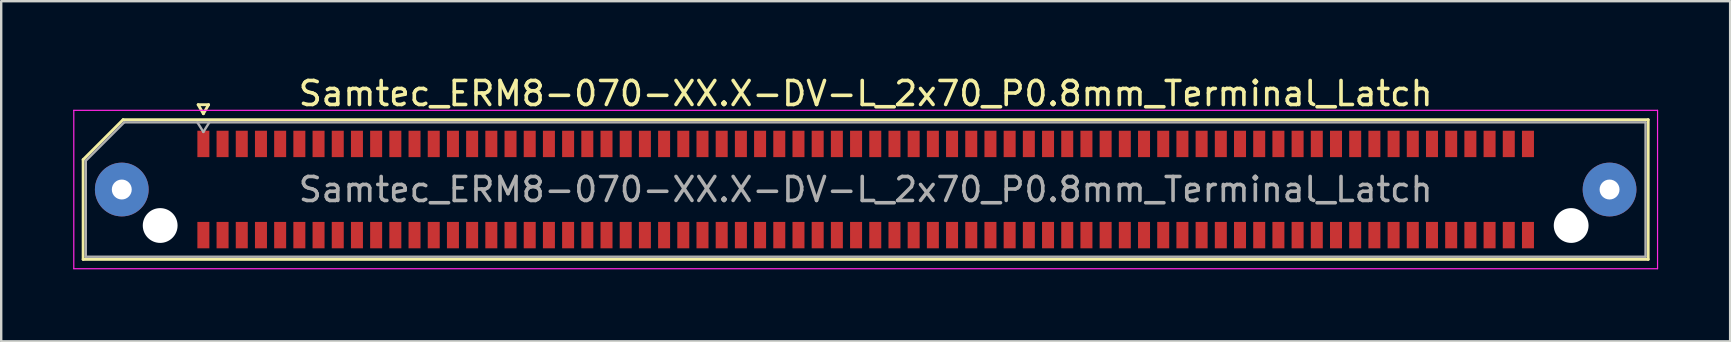
<source format=kicad_pcb>
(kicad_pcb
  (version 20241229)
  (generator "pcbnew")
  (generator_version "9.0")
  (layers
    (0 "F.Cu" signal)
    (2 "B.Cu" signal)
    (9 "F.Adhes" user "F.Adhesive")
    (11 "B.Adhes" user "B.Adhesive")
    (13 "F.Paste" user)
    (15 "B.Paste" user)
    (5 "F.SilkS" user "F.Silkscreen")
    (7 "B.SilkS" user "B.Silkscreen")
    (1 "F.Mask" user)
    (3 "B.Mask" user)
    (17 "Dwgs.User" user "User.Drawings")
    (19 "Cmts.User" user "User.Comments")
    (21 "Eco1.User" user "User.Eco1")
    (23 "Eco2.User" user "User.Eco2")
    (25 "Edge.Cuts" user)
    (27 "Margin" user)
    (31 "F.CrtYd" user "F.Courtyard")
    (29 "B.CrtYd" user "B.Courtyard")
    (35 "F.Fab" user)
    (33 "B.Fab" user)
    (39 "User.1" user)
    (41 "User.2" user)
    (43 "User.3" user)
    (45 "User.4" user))
  (footprint "Samtec_ERM8-070-XX.X-DV-L_2x70_P0.8mm_Terminal_Latch"
    (layer "F.Cu")
    (at 33.025 4.848)
    (property "Reference" "Samtec_ERM8-070-XX.X-DV-L_2x70_P0.8mm_Terminal_Latch" (at 0 -4 0) (layer "F.SilkS") (effects (font (size 1 1) (thickness 0.15))))
    (attr smd)
    (fp_line (start -32.61 -1.246) (end -30.946 -2.91) (stroke (width 0.12) (type solid)) (layer "F.SilkS"))
    (fp_line (start -32.61 2.91) (end -32.61 -1.246) (stroke (width 0.12) (type solid)) (layer "F.SilkS"))
    (fp_line (start -30.946 -2.91) (end 32.61 -2.91) (stroke (width 0.12) (type solid)) (layer "F.SilkS"))
    (fp_line (start -27.817 -3.535) (end -27.6 -3.16) (stroke (width 0.12) (type solid)) (layer "F.SilkS"))
    (fp_line (start -27.6 -3.16) (end -27.383 -3.535) (stroke (width 0.12) (type solid)) (layer "F.SilkS"))
    (fp_line (start -27.383 -3.535) (end -27.817 -3.535) (stroke (width 0.12) (type solid)) (layer "F.SilkS"))
    (fp_line (start 32.61 -2.91) (end 32.61 2.91) (stroke (width 0.12) (type solid)) (layer "F.SilkS"))
    (fp_line (start 32.61 2.91) (end -32.61 2.91) (stroke (width 0.12) (type solid)) (layer "F.SilkS"))
    (fp_line (start -33 -3.3) (end -33 3.3) (stroke (width 0.05) (type solid)) (layer "F.CrtYd"))
    (fp_line (start -33 3.3) (end 33 3.3) (stroke (width 0.05) (type solid)) (layer "F.CrtYd"))
    (fp_line (start 33 -3.3) (end -33 -3.3) (stroke (width 0.05) (type solid)) (layer "F.CrtYd"))
    (fp_line (start 33 3.3) (end 33 -3.3) (stroke (width 0.05) (type solid)) (layer "F.CrtYd"))
    (fp_line (start -32.5 -1.2) (end -30.9 -2.8) (stroke (width 0.1) (type solid)) (layer "F.Fab"))
    (fp_line (start -32.5 2.8) (end -32.5 -1.2) (stroke (width 0.1) (type solid)) (layer "F.Fab"))
    (fp_line (start -30.9 -2.8) (end 32.5 -2.8) (stroke (width 0.1) (type solid)) (layer "F.Fab"))
    (fp_line (start -27.6 -2.4) (end -27.85 -2.8) (stroke (width 0.1) (type solid)) (layer "F.Fab"))
    (fp_line (start -27.6 -2.4) (end -27.35 -2.8) (stroke (width 0.1) (type solid)) (layer "F.Fab"))
    (fp_line (start 32.5 -2.8) (end 32.5 2.8) (stroke (width 0.1) (type solid)) (layer "F.Fab"))
    (fp_line (start 32.5 2.8) (end -32.5 2.8) (stroke (width 0.1) (type solid)) (layer "F.Fab"))
    (fp_text user "${REFERENCE}" (at 0 0 0) (layer "F.Fab") (effects (font (size 1 1) (thickness 0.15))))
    (pad "" thru_hole circle (at -31 0) (size 2.24 2.24) (drill 0.83) (layers "*.Cu" "*.Mask" "F.Paste"))
    (pad "" np_thru_hole circle (at -29.4 1.5) (size 1.45 1.45) (drill 1.45) (layers "*.Cu" "*.Mask"))
    (pad "" np_thru_hole circle (at 29.4 1.5) (size 1.45 1.45) (drill 1.45) (layers "*.Cu" "*.Mask"))
    (pad "" thru_hole circle (at 31 0) (size 2.24 2.24) (drill 0.83) (layers "*.Cu" "*.Mask" "F.Paste"))
    (pad "1" smd rect (at -27.6 -1.9) (size 0.5 1.1) (layers "F.Cu" "F.Mask" "F.Paste"))
    (pad "2" smd rect (at -27.6 1.9) (size 0.5 1.1) (layers "F.Cu" "F.Mask" "F.Paste"))
    (pad "3" smd rect (at -26.8 -1.9) (size 0.5 1.1) (layers "F.Cu" "F.Mask" "F.Paste"))
    (pad "4" smd rect (at -26.8 1.9) (size 0.5 1.1) (layers "F.Cu" "F.Mask" "F.Paste"))
    (pad "5" smd rect (at -26 -1.9) (size 0.5 1.1) (layers "F.Cu" "F.Mask" "F.Paste"))
    (pad "6" smd rect (at -26 1.9) (size 0.5 1.1) (layers "F.Cu" "F.Mask" "F.Paste"))
    (pad "7" smd rect (at -25.2 -1.9) (size 0.5 1.1) (layers "F.Cu" "F.Mask" "F.Paste"))
    (pad "8" smd rect (at -25.2 1.9) (size 0.5 1.1) (layers "F.Cu" "F.Mask" "F.Paste"))
    (pad "9" smd rect (at -24.4 -1.9) (size 0.5 1.1) (layers "F.Cu" "F.Mask" "F.Paste"))
    (pad "10" smd rect (at -24.4 1.9) (size 0.5 1.1) (layers "F.Cu" "F.Mask" "F.Paste"))
    (pad "11" smd rect (at -23.6 -1.9) (size 0.5 1.1) (layers "F.Cu" "F.Mask" "F.Paste"))
    (pad "12" smd rect (at -23.6 1.9) (size 0.5 1.1) (layers "F.Cu" "F.Mask" "F.Paste"))
    (pad "13" smd rect (at -22.8 -1.9) (size 0.5 1.1) (layers "F.Cu" "F.Mask" "F.Paste"))
    (pad "14" smd rect (at -22.8 1.9) (size 0.5 1.1) (layers "F.Cu" "F.Mask" "F.Paste"))
    (pad "15" smd rect (at -22 -1.9) (size 0.5 1.1) (layers "F.Cu" "F.Mask" "F.Paste"))
    (pad "16" smd rect (at -22 1.9) (size 0.5 1.1) (layers "F.Cu" "F.Mask" "F.Paste"))
    (pad "17" smd rect (at -21.2 -1.9) (size 0.5 1.1) (layers "F.Cu" "F.Mask" "F.Paste"))
    (pad "18" smd rect (at -21.2 1.9) (size 0.5 1.1) (layers "F.Cu" "F.Mask" "F.Paste"))
    (pad "19" smd rect (at -20.4 -1.9) (size 0.5 1.1) (layers "F.Cu" "F.Mask" "F.Paste"))
    (pad "20" smd rect (at -20.4 1.9) (size 0.5 1.1) (layers "F.Cu" "F.Mask" "F.Paste"))
    (pad "21" smd rect (at -19.6 -1.9) (size 0.5 1.1) (layers "F.Cu" "F.Mask" "F.Paste"))
    (pad "22" smd rect (at -19.6 1.9) (size 0.5 1.1) (layers "F.Cu" "F.Mask" "F.Paste"))
    (pad "23" smd rect (at -18.8 -1.9) (size 0.5 1.1) (layers "F.Cu" "F.Mask" "F.Paste"))
    (pad "24" smd rect (at -18.8 1.9) (size 0.5 1.1) (layers "F.Cu" "F.Mask" "F.Paste"))
    (pad "25" smd rect (at -18 -1.9) (size 0.5 1.1) (layers "F.Cu" "F.Mask" "F.Paste"))
    (pad "26" smd rect (at -18 1.9) (size 0.5 1.1) (layers "F.Cu" "F.Mask" "F.Paste"))
    (pad "27" smd rect (at -17.2 -1.9) (size 0.5 1.1) (layers "F.Cu" "F.Mask" "F.Paste"))
    (pad "28" smd rect (at -17.2 1.9) (size 0.5 1.1) (layers "F.Cu" "F.Mask" "F.Paste"))
    (pad "29" smd rect (at -16.4 -1.9) (size 0.5 1.1) (layers "F.Cu" "F.Mask" "F.Paste"))
    (pad "30" smd rect (at -16.4 1.9) (size 0.5 1.1) (layers "F.Cu" "F.Mask" "F.Paste"))
    (pad "31" smd rect (at -15.6 -1.9) (size 0.5 1.1) (layers "F.Cu" "F.Mask" "F.Paste"))
    (pad "32" smd rect (at -15.6 1.9) (size 0.5 1.1) (layers "F.Cu" "F.Mask" "F.Paste"))
    (pad "33" smd rect (at -14.8 -1.9) (size 0.5 1.1) (layers "F.Cu" "F.Mask" "F.Paste"))
    (pad "34" smd rect (at -14.8 1.9) (size 0.5 1.1) (layers "F.Cu" "F.Mask" "F.Paste"))
    (pad "35" smd rect (at -14 -1.9) (size 0.5 1.1) (layers "F.Cu" "F.Mask" "F.Paste"))
    (pad "36" smd rect (at -14 1.9) (size 0.5 1.1) (layers "F.Cu" "F.Mask" "F.Paste"))
    (pad "37" smd rect (at -13.2 -1.9) (size 0.5 1.1) (layers "F.Cu" "F.Mask" "F.Paste"))
    (pad "38" smd rect (at -13.2 1.9) (size 0.5 1.1) (layers "F.Cu" "F.Mask" "F.Paste"))
    (pad "39" smd rect (at -12.4 -1.9) (size 0.5 1.1) (layers "F.Cu" "F.Mask" "F.Paste"))
    (pad "40" smd rect (at -12.4 1.9) (size 0.5 1.1) (layers "F.Cu" "F.Mask" "F.Paste"))
    (pad "41" smd rect (at -11.6 -1.9) (size 0.5 1.1) (layers "F.Cu" "F.Mask" "F.Paste"))
    (pad "42" smd rect (at -11.6 1.9) (size 0.5 1.1) (layers "F.Cu" "F.Mask" "F.Paste"))
    (pad "43" smd rect (at -10.8 -1.9) (size 0.5 1.1) (layers "F.Cu" "F.Mask" "F.Paste"))
    (pad "44" smd rect (at -10.8 1.9) (size 0.5 1.1) (layers "F.Cu" "F.Mask" "F.Paste"))
    (pad "45" smd rect (at -10 -1.9) (size 0.5 1.1) (layers "F.Cu" "F.Mask" "F.Paste"))
    (pad "46" smd rect (at -10 1.9) (size 0.5 1.1) (layers "F.Cu" "F.Mask" "F.Paste"))
    (pad "47" smd rect (at -9.2 -1.9) (size 0.5 1.1) (layers "F.Cu" "F.Mask" "F.Paste"))
    (pad "48" smd rect (at -9.2 1.9) (size 0.5 1.1) (layers "F.Cu" "F.Mask" "F.Paste"))
    (pad "49" smd rect (at -8.4 -1.9) (size 0.5 1.1) (layers "F.Cu" "F.Mask" "F.Paste"))
    (pad "50" smd rect (at -8.4 1.9) (size 0.5 1.1) (layers "F.Cu" "F.Mask" "F.Paste"))
    (pad "51" smd rect (at -7.6 -1.9) (size 0.5 1.1) (layers "F.Cu" "F.Mask" "F.Paste"))
    (pad "52" smd rect (at -7.6 1.9) (size 0.5 1.1) (layers "F.Cu" "F.Mask" "F.Paste"))
    (pad "53" smd rect (at -6.8 -1.9) (size 0.5 1.1) (layers "F.Cu" "F.Mask" "F.Paste"))
    (pad "54" smd rect (at -6.8 1.9) (size 0.5 1.1) (layers "F.Cu" "F.Mask" "F.Paste"))
    (pad "55" smd rect (at -6 -1.9) (size 0.5 1.1) (layers "F.Cu" "F.Mask" "F.Paste"))
    (pad "56" smd rect (at -6 1.9) (size 0.5 1.1) (layers "F.Cu" "F.Mask" "F.Paste"))
    (pad "57" smd rect (at -5.2 -1.9) (size 0.5 1.1) (layers "F.Cu" "F.Mask" "F.Paste"))
    (pad "58" smd rect (at -5.2 1.9) (size 0.5 1.1) (layers "F.Cu" "F.Mask" "F.Paste"))
    (pad "59" smd rect (at -4.4 -1.9) (size 0.5 1.1) (layers "F.Cu" "F.Mask" "F.Paste"))
    (pad "60" smd rect (at -4.4 1.9) (size 0.5 1.1) (layers "F.Cu" "F.Mask" "F.Paste"))
    (pad "61" smd rect (at -3.6 -1.9) (size 0.5 1.1) (layers "F.Cu" "F.Mask" "F.Paste"))
    (pad "62" smd rect (at -3.6 1.9) (size 0.5 1.1) (layers "F.Cu" "F.Mask" "F.Paste"))
    (pad "63" smd rect (at -2.8 -1.9) (size 0.5 1.1) (layers "F.Cu" "F.Mask" "F.Paste"))
    (pad "64" smd rect (at -2.8 1.9) (size 0.5 1.1) (layers "F.Cu" "F.Mask" "F.Paste"))
    (pad "65" smd rect (at -2 -1.9) (size 0.5 1.1) (layers "F.Cu" "F.Mask" "F.Paste"))
    (pad "66" smd rect (at -2 1.9) (size 0.5 1.1) (layers "F.Cu" "F.Mask" "F.Paste"))
    (pad "67" smd rect (at -1.2 -1.9) (size 0.5 1.1) (layers "F.Cu" "F.Mask" "F.Paste"))
    (pad "68" smd rect (at -1.2 1.9) (size 0.5 1.1) (layers "F.Cu" "F.Mask" "F.Paste"))
    (pad "69" smd rect (at -0.4 -1.9) (size 0.5 1.1) (layers "F.Cu" "F.Mask" "F.Paste"))
    (pad "70" smd rect (at -0.4 1.9) (size 0.5 1.1) (layers "F.Cu" "F.Mask" "F.Paste"))
    (pad "71" smd rect (at 0.4 -1.9) (size 0.5 1.1) (layers "F.Cu" "F.Mask" "F.Paste"))
    (pad "72" smd rect (at 0.4 1.9) (size 0.5 1.1) (layers "F.Cu" "F.Mask" "F.Paste"))
    (pad "73" smd rect (at 1.2 -1.9) (size 0.5 1.1) (layers "F.Cu" "F.Mask" "F.Paste"))
    (pad "74" smd rect (at 1.2 1.9) (size 0.5 1.1) (layers "F.Cu" "F.Mask" "F.Paste"))
    (pad "75" smd rect (at 2 -1.9) (size 0.5 1.1) (layers "F.Cu" "F.Mask" "F.Paste"))
    (pad "76" smd rect (at 2 1.9) (size 0.5 1.1) (layers "F.Cu" "F.Mask" "F.Paste"))
    (pad "77" smd rect (at 2.8 -1.9) (size 0.5 1.1) (layers "F.Cu" "F.Mask" "F.Paste"))
    (pad "78" smd rect (at 2.8 1.9) (size 0.5 1.1) (layers "F.Cu" "F.Mask" "F.Paste"))
    (pad "79" smd rect (at 3.6 -1.9) (size 0.5 1.1) (layers "F.Cu" "F.Mask" "F.Paste"))
    (pad "80" smd rect (at 3.6 1.9) (size 0.5 1.1) (layers "F.Cu" "F.Mask" "F.Paste"))
    (pad "81" smd rect (at 4.4 -1.9) (size 0.5 1.1) (layers "F.Cu" "F.Mask" "F.Paste"))
    (pad "82" smd rect (at 4.4 1.9) (size 0.5 1.1) (layers "F.Cu" "F.Mask" "F.Paste"))
    (pad "83" smd rect (at 5.2 -1.9) (size 0.5 1.1) (layers "F.Cu" "F.Mask" "F.Paste"))
    (pad "84" smd rect (at 5.2 1.9) (size 0.5 1.1) (layers "F.Cu" "F.Mask" "F.Paste"))
    (pad "85" smd rect (at 6 -1.9) (size 0.5 1.1) (layers "F.Cu" "F.Mask" "F.Paste"))
    (pad "86" smd rect (at 6 1.9) (size 0.5 1.1) (layers "F.Cu" "F.Mask" "F.Paste"))
    (pad "87" smd rect (at 6.8 -1.9) (size 0.5 1.1) (layers "F.Cu" "F.Mask" "F.Paste"))
    (pad "88" smd rect (at 6.8 1.9) (size 0.5 1.1) (layers "F.Cu" "F.Mask" "F.Paste"))
    (pad "89" smd rect (at 7.6 -1.9) (size 0.5 1.1) (layers "F.Cu" "F.Mask" "F.Paste"))
    (pad "90" smd rect (at 7.6 1.9) (size 0.5 1.1) (layers "F.Cu" "F.Mask" "F.Paste"))
    (pad "91" smd rect (at 8.4 -1.9) (size 0.5 1.1) (layers "F.Cu" "F.Mask" "F.Paste"))
    (pad "92" smd rect (at 8.4 1.9) (size 0.5 1.1) (layers "F.Cu" "F.Mask" "F.Paste"))
    (pad "93" smd rect (at 9.2 -1.9) (size 0.5 1.1) (layers "F.Cu" "F.Mask" "F.Paste"))
    (pad "94" smd rect (at 9.2 1.9) (size 0.5 1.1) (layers "F.Cu" "F.Mask" "F.Paste"))
    (pad "95" smd rect (at 10 -1.9) (size 0.5 1.1) (layers "F.Cu" "F.Mask" "F.Paste"))
    (pad "96" smd rect (at 10 1.9) (size 0.5 1.1) (layers "F.Cu" "F.Mask" "F.Paste"))
    (pad "97" smd rect (at 10.8 -1.9) (size 0.5 1.1) (layers "F.Cu" "F.Mask" "F.Paste"))
    (pad "98" smd rect (at 10.8 1.9) (size 0.5 1.1) (layers "F.Cu" "F.Mask" "F.Paste"))
    (pad "99" smd rect (at 11.6 -1.9) (size 0.5 1.1) (layers "F.Cu" "F.Mask" "F.Paste"))
    (pad "100" smd rect (at 11.6 1.9) (size 0.5 1.1) (layers "F.Cu" "F.Mask" "F.Paste"))
    (pad "101" smd rect (at 12.4 -1.9) (size 0.5 1.1) (layers "F.Cu" "F.Mask" "F.Paste"))
    (pad "102" smd rect (at 12.4 1.9) (size 0.5 1.1) (layers "F.Cu" "F.Mask" "F.Paste"))
    (pad "103" smd rect (at 13.2 -1.9) (size 0.5 1.1) (layers "F.Cu" "F.Mask" "F.Paste"))
    (pad "104" smd rect (at 13.2 1.9) (size 0.5 1.1) (layers "F.Cu" "F.Mask" "F.Paste"))
    (pad "105" smd rect (at 14 -1.9) (size 0.5 1.1) (layers "F.Cu" "F.Mask" "F.Paste"))
    (pad "106" smd rect (at 14 1.9) (size 0.5 1.1) (layers "F.Cu" "F.Mask" "F.Paste"))
    (pad "107" smd rect (at 14.8 -1.9) (size 0.5 1.1) (layers "F.Cu" "F.Mask" "F.Paste"))
    (pad "108" smd rect (at 14.8 1.9) (size 0.5 1.1) (layers "F.Cu" "F.Mask" "F.Paste"))
    (pad "109" smd rect (at 15.6 -1.9) (size 0.5 1.1) (layers "F.Cu" "F.Mask" "F.Paste"))
    (pad "110" smd rect (at 15.6 1.9) (size 0.5 1.1) (layers "F.Cu" "F.Mask" "F.Paste"))
    (pad "111" smd rect (at 16.4 -1.9) (size 0.5 1.1) (layers "F.Cu" "F.Mask" "F.Paste"))
    (pad "112" smd rect (at 16.4 1.9) (size 0.5 1.1) (layers "F.Cu" "F.Mask" "F.Paste"))
    (pad "113" smd rect (at 17.2 -1.9) (size 0.5 1.1) (layers "F.Cu" "F.Mask" "F.Paste"))
    (pad "114" smd rect (at 17.2 1.9) (size 0.5 1.1) (layers "F.Cu" "F.Mask" "F.Paste"))
    (pad "115" smd rect (at 18 -1.9) (size 0.5 1.1) (layers "F.Cu" "F.Mask" "F.Paste"))
    (pad "116" smd rect (at 18 1.9) (size 0.5 1.1) (layers "F.Cu" "F.Mask" "F.Paste"))
    (pad "117" smd rect (at 18.8 -1.9) (size 0.5 1.1) (layers "F.Cu" "F.Mask" "F.Paste"))
    (pad "118" smd rect (at 18.8 1.9) (size 0.5 1.1) (layers "F.Cu" "F.Mask" "F.Paste"))
    (pad "119" smd rect (at 19.6 -1.9) (size 0.5 1.1) (layers "F.Cu" "F.Mask" "F.Paste"))
    (pad "120" smd rect (at 19.6 1.9) (size 0.5 1.1) (layers "F.Cu" "F.Mask" "F.Paste"))
    (pad "121" smd rect (at 20.4 -1.9) (size 0.5 1.1) (layers "F.Cu" "F.Mask" "F.Paste"))
    (pad "122" smd rect (at 20.4 1.9) (size 0.5 1.1) (layers "F.Cu" "F.Mask" "F.Paste"))
    (pad "123" smd rect (at 21.2 -1.9) (size 0.5 1.1) (layers "F.Cu" "F.Mask" "F.Paste"))
    (pad "124" smd rect (at 21.2 1.9) (size 0.5 1.1) (layers "F.Cu" "F.Mask" "F.Paste"))
    (pad "125" smd rect (at 22 -1.9) (size 0.5 1.1) (layers "F.Cu" "F.Mask" "F.Paste"))
    (pad "126" smd rect (at 22 1.9) (size 0.5 1.1) (layers "F.Cu" "F.Mask" "F.Paste"))
    (pad "127" smd rect (at 22.8 -1.9) (size 0.5 1.1) (layers "F.Cu" "F.Mask" "F.Paste"))
    (pad "128" smd rect (at 22.8 1.9) (size 0.5 1.1) (layers "F.Cu" "F.Mask" "F.Paste"))
    (pad "129" smd rect (at 23.6 -1.9) (size 0.5 1.1) (layers "F.Cu" "F.Mask" "F.Paste"))
    (pad "130" smd rect (at 23.6 1.9) (size 0.5 1.1) (layers "F.Cu" "F.Mask" "F.Paste"))
    (pad "131" smd rect (at 24.4 -1.9) (size 0.5 1.1) (layers "F.Cu" "F.Mask" "F.Paste"))
    (pad "132" smd rect (at 24.4 1.9) (size 0.5 1.1) (layers "F.Cu" "F.Mask" "F.Paste"))
    (pad "133" smd rect (at 25.2 -1.9) (size 0.5 1.1) (layers "F.Cu" "F.Mask" "F.Paste"))
    (pad "134" smd rect (at 25.2 1.9) (size 0.5 1.1) (layers "F.Cu" "F.Mask" "F.Paste"))
    (pad "135" smd rect (at 26 -1.9) (size 0.5 1.1) (layers "F.Cu" "F.Mask" "F.Paste"))
    (pad "136" smd rect (at 26 1.9) (size 0.5 1.1) (layers "F.Cu" "F.Mask" "F.Paste"))
    (pad "137" smd rect (at 26.8 -1.9) (size 0.5 1.1) (layers "F.Cu" "F.Mask" "F.Paste"))
    (pad "138" smd rect (at 26.8 1.9) (size 0.5 1.1) (layers "F.Cu" "F.Mask" "F.Paste"))
    (pad "139" smd rect (at 27.6 -1.9) (size 0.5 1.1) (layers "F.Cu" "F.Mask" "F.Paste"))
    (pad "140" smd rect (at 27.6 1.9) (size 0.5 1.1) (layers "F.Cu" "F.Mask" "F.Paste")))
  (gr_rect
    (start -3 -3)
    (end 69.05 11.173)
    (stroke (width 0.1) (type default))
    (fill no)
    (layer "Edge.Cuts")))
</source>
